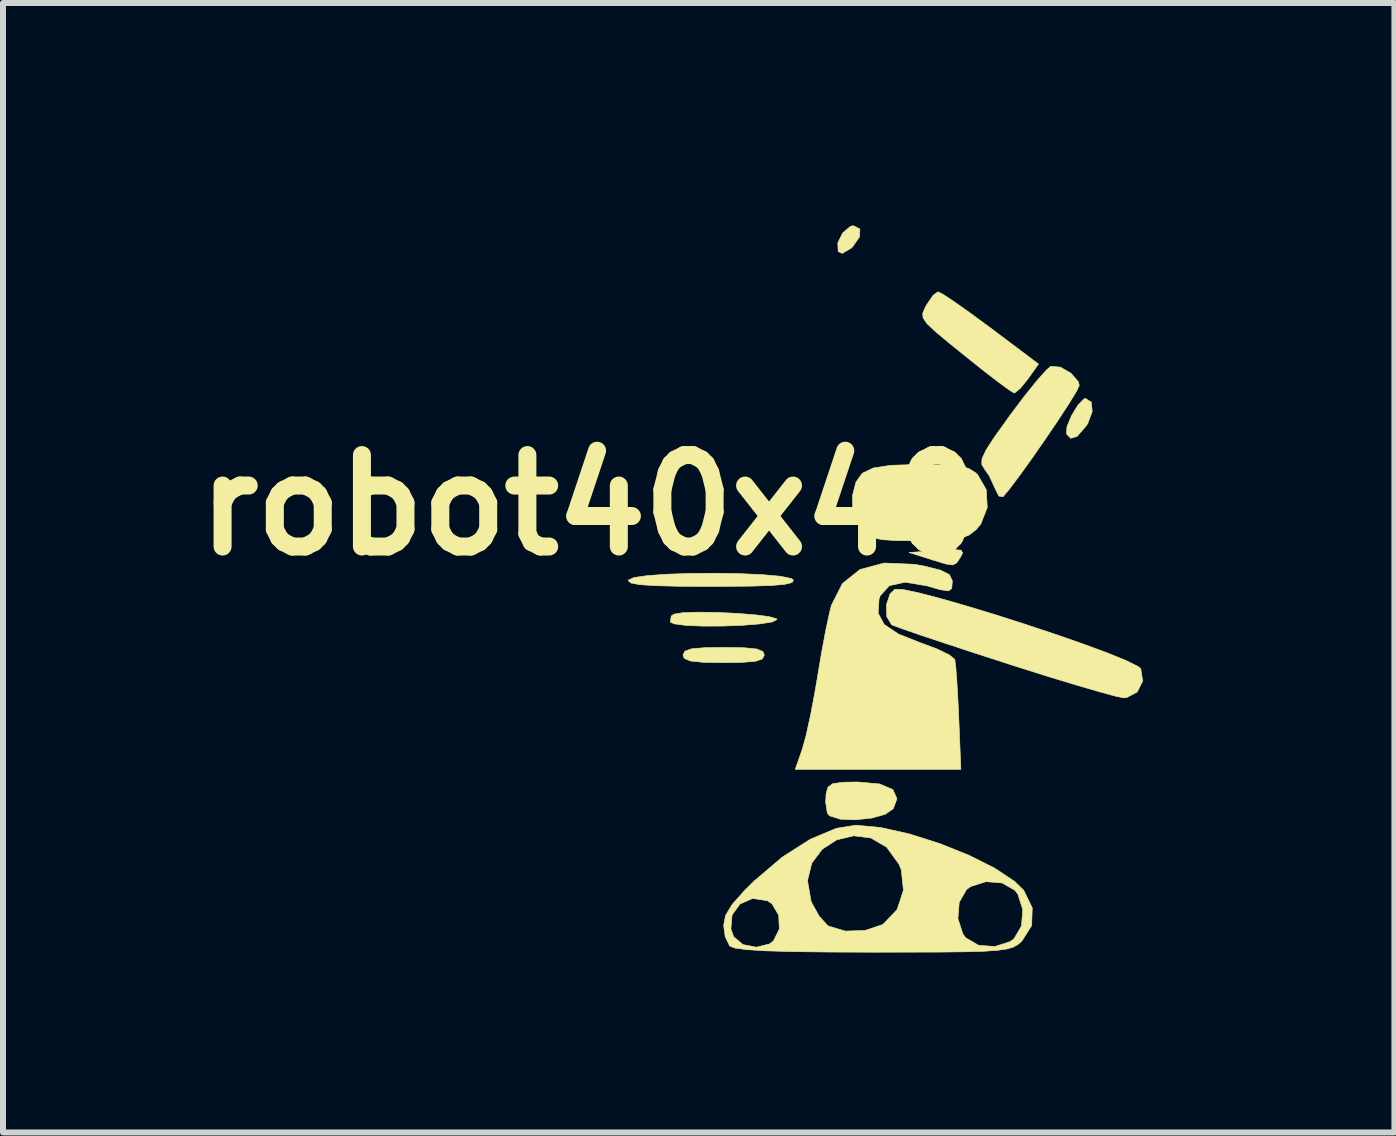
<source format=kicad_pcb>
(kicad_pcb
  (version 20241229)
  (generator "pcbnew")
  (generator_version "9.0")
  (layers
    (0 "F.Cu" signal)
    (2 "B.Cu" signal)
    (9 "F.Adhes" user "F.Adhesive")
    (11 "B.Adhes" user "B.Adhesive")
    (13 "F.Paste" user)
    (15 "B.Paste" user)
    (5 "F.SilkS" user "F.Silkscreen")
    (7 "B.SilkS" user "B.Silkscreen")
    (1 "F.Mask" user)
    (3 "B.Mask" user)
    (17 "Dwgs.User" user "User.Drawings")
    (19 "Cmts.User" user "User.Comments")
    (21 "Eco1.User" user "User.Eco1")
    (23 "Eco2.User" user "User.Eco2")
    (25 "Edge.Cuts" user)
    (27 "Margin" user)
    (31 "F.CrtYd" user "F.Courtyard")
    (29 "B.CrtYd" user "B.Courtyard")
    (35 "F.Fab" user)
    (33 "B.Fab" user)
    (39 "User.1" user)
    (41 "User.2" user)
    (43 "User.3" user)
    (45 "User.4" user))
  (footprint "robot40x40"
    (layer "F.Cu")
    (at 11.974 6.385)
    (property "Reference" "robot40x40" (at -5.182 -1.016 0) (layer "F.SilkS") (effects (font (size 1.524 1.524) (thickness 0.3))))
    (attr through_hole)
    (fp_poly (pts (xy -2.263 5.763) (xy -2.173 5.856) (xy -2.134 6.034) (xy -2.219 6.175) (xy -2.382 6.245) (xy -2.579 6.209) (xy -2.611 6.191) (xy -2.688 6.06) (xy -2.696 5.917) (xy -2.607 5.764) (xy -2.441 5.71) (xy -2.263 5.763)) (stroke (width 0.01) (type solid)) (fill yes) (layer "F.Mask"))
    (fp_poly (pts (xy 1.632 5.39) (xy 1.778 5.503) (xy 1.904 5.671) (xy 1.947 5.8) (xy 1.891 5.95) (xy 1.778 6.096) (xy 1.61 6.222) (xy 1.482 6.265) (xy 1.331 6.209) (xy 1.185 6.096) (xy 1.06 5.928) (xy 1.016 5.8) (xy 1.072 5.649) (xy 1.185 5.503) (xy 1.353 5.378) (xy 1.482 5.334) (xy 1.632 5.39)) (stroke (width 0.01) (type solid)) (fill yes) (layer "F.Mask"))
    (fp_poly (pts (xy -0.454 4.696) (xy -0.236 4.873) (xy -0.116 5.12) (xy -0.103 5.397) (xy -0.205 5.665) (xy -0.432 5.884) (xy -0.481 5.913) (xy -0.733 6.002) (xy -0.964 5.957) (xy -1.058 5.909) (xy -1.301 5.693) (xy -1.416 5.426) (xy -1.414 5.146) (xy -1.303 4.894) (xy -1.093 4.708) (xy -0.793 4.629) (xy -0.762 4.628) (xy -0.454 4.696)) (stroke (width 0.01) (type solid)) (fill yes) (layer "F.Mask"))
    (fp_poly (pts (xy 3.034 2.152) (xy 3.221 2.202) (xy 3.416 2.251) (xy 3.579 2.308) (xy 3.622 2.408) (xy 3.593 2.572) (xy 3.556 2.801) (xy 3.528 3.12) (xy 3.518 3.375) (xy 3.503 3.684) (xy 3.462 3.879) (xy 3.376 4.018) (xy 3.273 4.116) (xy 3.084 4.241) (xy 2.893 4.312) (xy 2.752 4.316) (xy 2.709 4.26) (xy 2.762 4.164) (xy 2.889 4.011) (xy 2.896 4.004) (xy 3.082 3.805) (xy 2.848 3.575) (xy 2.615 3.344) (xy 2.408 3.582) (xy 2.252 3.723) (xy 2.128 3.769) (xy 2.11 3.763) (xy 2.048 3.637) (xy 2.096 3.434) (xy 2.24 3.19) (xy 2.45 2.954) (xy 2.655 2.721) (xy 2.8 2.478) (xy 2.834 2.379) (xy 2.903 2.191) (xy 3.006 2.145) (xy 3.034 2.152)) (stroke (width 0.01) (type solid)) (fill yes) (layer "F.Mask"))
    (fp_poly (pts (xy 0.665 -5.979) (xy 0.911 -5.782) (xy 1.094 -5.622) (xy 1.181 -5.528) (xy 1.184 -5.52) (xy 1.13 -5.433) (xy 0.989 -5.259) (xy 0.789 -5.032) (xy 0.756 -4.995) (xy 0.499 -4.7) (xy 0.253 -4.388) (xy 0.083 -4.149) (xy -0.15 -3.792) (xy -0.311 -3.561) (xy -0.417 -3.434) (xy -0.482 -3.391) (xy -0.491 -3.391) (xy -0.582 -3.441) (xy -0.767 -3.572) (xy -1.008 -3.754) (xy -1.037 -3.777) (xy -1.274 -3.97) (xy -1.446 -4.126) (xy -1.522 -4.213) (xy -1.523 -4.218) (xy -1.469 -4.303) (xy -1.327 -4.478) (xy -1.125 -4.709) (xy -1.068 -4.771) (xy -0.817 -5.062) (xy -0.585 -5.356) (xy -0.42 -5.594) (xy -0.414 -5.605) (xy -0.246 -5.868) (xy -0.075 -6.108) (xy -0.034 -6.161) (xy 0.144 -6.38) (xy 0.665 -5.979)) (stroke (width 0.01) (type solid)) (fill yes) (layer "F.Mask"))
    (fp_poly (pts (xy 4.47 -1.975) (xy 4.47 -1.845) (xy 4.367 -1.699) (xy 4.36 -1.693) (xy 4.248 -1.544) (xy 4.29 -1.391) (xy 4.46 -1.235) (xy 4.682 -1.074) (xy 4.912 -1.357) (xy 5.058 -1.528) (xy 5.134 -1.579) (xy 5.18 -1.521) (xy 5.204 -1.449) (xy 5.211 -1.18) (xy 5.1 -0.902) (xy 4.904 -0.683) (xy 4.835 -0.64) (xy 4.729 -0.561) (xy 4.631 -0.426) (xy 4.526 -0.205) (xy 4.401 0.129) (xy 4.291 0.457) (xy 4.163 0.833) (xy 4.049 1.141) (xy 3.961 1.351) (xy 3.912 1.432) (xy 3.91 1.432) (xy 3.794 1.404) (xy 3.626 1.356) (xy 3.45 1.297) (xy 3.344 1.225) (xy 3.306 1.11) (xy 3.332 0.92) (xy 3.419 0.625) (xy 3.519 0.323) (xy 3.663 -0.133) (xy 3.749 -0.489) (xy 3.786 -0.798) (xy 3.788 -1.079) (xy 3.783 -1.383) (xy 3.808 -1.572) (xy 3.877 -1.703) (xy 4.005 -1.827) (xy 4.194 -1.963) (xy 4.348 -2.03) (xy 4.365 -2.032) (xy 4.47 -1.975)) (stroke (width 0.01) (type solid)) (fill yes) (layer "F.Mask"))
    (fp_poly (pts (xy -0.693 -5.619) (xy -0.699 -5.488) (xy -0.813 -5.323) (xy -0.838 -5.299) (xy -0.986 -5.212) (xy -1.054 -5.242) (xy -1.061 -5.389) (xy -0.977 -5.556) (xy -0.848 -5.664) (xy -0.801 -5.673) (xy -0.693 -5.619)) (stroke (width 0.01) (type solid)) (fill yes) (layer "F.SilkS"))
    (fp_poly (pts (xy 0.995 -0.265) (xy 1.019 -0.217) (xy 0.983 -0.148) (xy 0.922 -0.055) (xy 0.859 -0.019) (xy 0.742 -0.035) (xy 0.521 -0.102) (xy 0.466 -0.12) (xy 0.127 -0.227) (xy 0.602 -0.262) (xy 0.867 -0.277) (xy 0.995 -0.265)) (stroke (width 0.01) (type solid)) (fill yes) (layer "F.SilkS"))
    (fp_poly (pts (xy 3.166 -2.73) (xy 3.179 -2.573) (xy 3.106 -2.38) (xy 3.077 -2.335) (xy 2.927 -2.162) (xy 2.822 -2.13) (xy 2.752 -2.201) (xy 2.758 -2.321) (xy 2.833 -2.504) (xy 2.94 -2.682) (xy 3.044 -2.787) (xy 3.069 -2.794) (xy 3.166 -2.73)) (stroke (width 0.01) (type solid)) (fill yes) (layer "F.SilkS"))
    (fp_poly (pts (xy -2.616 1.361) (xy -2.407 1.382) (xy -2.308 1.425) (xy -2.286 1.482) (xy -2.318 1.547) (xy -2.434 1.586) (xy -2.663 1.605) (xy -2.963 1.609) (xy -3.311 1.603) (xy -3.519 1.581) (xy -3.619 1.538) (xy -3.641 1.482) (xy -3.609 1.417) (xy -3.493 1.377) (xy -3.263 1.359) (xy -2.963 1.355) (xy -2.616 1.361)) (stroke (width 0.01) (type solid)) (fill yes) (layer "F.SilkS"))
    (fp_poly (pts (xy -0.362 3.631) (xy -0.142 3.725) (xy -0.075 3.877) (xy -0.136 4.043) (xy -0.271 4.137) (xy -0.5 4.2) (xy -0.768 4.228) (xy -1.018 4.218) (xy -1.192 4.164) (xy -1.235 4.117) (xy -1.263 3.935) (xy -1.256 3.795) (xy -1.225 3.685) (xy -1.144 3.626) (xy -0.972 3.602) (xy -0.729 3.598) (xy -0.362 3.631)) (stroke (width 0.01) (type solid)) (fill yes) (layer "F.SilkS"))
    (fp_poly (pts (xy -3.071 0.772) (xy -2.741 0.788) (xy -2.437 0.812) (xy -2.203 0.843) (xy -2.082 0.878) (xy -2.074 0.889) (xy -2.152 0.93) (xy -2.356 0.963) (xy -2.644 0.986) (xy -2.973 0.999) (xy -3.302 1) (xy -3.586 0.989) (xy -3.784 0.963) (xy -3.851 0.934) (xy -3.837 0.832) (xy -3.788 0.8) (xy -3.638 0.776) (xy -3.384 0.768) (xy -3.071 0.772)) (stroke (width 0.01) (type solid)) (fill yes) (layer "F.SilkS"))
    (fp_poly (pts (xy -2.68 0.126) (xy -2.311 0.143) (xy -2.018 0.169) (xy -1.838 0.206) (xy -1.799 0.233) (xy -1.823 0.273) (xy -1.94 0.303) (xy -2.166 0.323) (xy -2.52 0.334) (xy -3.021 0.338) (xy -3.175 0.339) (xy -3.716 0.336) (xy -4.106 0.326) (xy -4.364 0.309) (xy -4.506 0.282) (xy -4.552 0.244) (xy -4.551 0.233) (xy -4.456 0.19) (xy -4.228 0.158) (xy -3.901 0.135) (xy -3.511 0.122) (xy -3.092 0.119) (xy -2.68 0.126)) (stroke (width 0.01) (type solid)) (fill yes) (layer "F.SilkS"))
    (fp_poly (pts (xy 0.702 -4.524) (xy 0.899 -4.393) (xy 1.172 -4.199) (xy 1.483 -3.97) (xy 2.284 -3.368) (xy 2.11 -3.123) (xy 1.98 -2.962) (xy 1.887 -2.886) (xy 1.878 -2.885) (xy 1.792 -2.938) (xy 1.605 -3.075) (xy 1.349 -3.273) (xy 1.155 -3.428) (xy 0.805 -3.71) (xy 0.568 -3.907) (xy 0.425 -4.042) (xy 0.36 -4.138) (xy 0.355 -4.216) (xy 0.391 -4.3) (xy 0.422 -4.359) (xy 0.528 -4.513) (xy 0.609 -4.572) (xy 0.702 -4.524)) (stroke (width 0.01) (type solid)) (fill yes) (layer "F.SilkS"))
    (fp_poly (pts (xy 2.649 -3.316) (xy 2.826 -3.214) (xy 2.947 -3.074) (xy 2.963 -3.011) (xy 2.917 -2.913) (xy 2.794 -2.711) (xy 2.615 -2.437) (xy 2.404 -2.125) (xy 2.183 -1.807) (xy 1.974 -1.516) (xy 1.8 -1.285) (xy 1.693 -1.156) (xy 1.623 -1.168) (xy 1.565 -1.283) (xy 1.465 -1.502) (xy 1.382 -1.621) (xy 1.338 -1.696) (xy 1.343 -1.792) (xy 1.411 -1.936) (xy 1.554 -2.157) (xy 1.787 -2.481) (xy 1.817 -2.523) (xy 2.052 -2.835) (xy 2.26 -3.093) (xy 2.417 -3.269) (xy 2.49 -3.33) (xy 2.649 -3.316)) (stroke (width 0.01) (type solid)) (fill yes) (layer "F.SilkS"))
    (fp_poly (pts (xy 0.698 -1.688) (xy 0.954 -1.669) (xy 1.119 -1.628) (xy 1.233 -1.558) (xy 1.27 -1.524) (xy 1.414 -1.272) (xy 1.43 -0.975) (xy 1.321 -0.698) (xy 1.243 -0.607) (xy 1.128 -0.518) (xy 0.987 -0.463) (xy 0.778 -0.434) (xy 0.46 -0.424) (xy 0.276 -0.423) (xy -0.092 -0.426) (xy -0.33 -0.441) (xy -0.481 -0.478) (xy -0.584 -0.547) (xy -0.679 -0.656) (xy -0.81 -0.895) (xy -0.817 -1.165) (xy -0.814 -1.185) (xy -0.758 -1.401) (xy -0.653 -1.547) (xy -0.47 -1.635) (xy -0.18 -1.68) (xy 0.245 -1.693) (xy 0.313 -1.693) (xy 0.698 -1.688)) (stroke (width 0.01) (type solid)) (fill yes) (layer "F.SilkS"))
    (fp_poly (pts (xy 0.025 0.39) (xy 0.287 0.445) (xy 0.651 0.54) (xy 1.09 0.666) (xy 1.576 0.814) (xy 2.082 0.976) (xy 2.581 1.142) (xy 3.043 1.303) (xy 3.443 1.451) (xy 3.751 1.577) (xy 3.942 1.672) (xy 3.989 1.71) (xy 4.02 1.916) (xy 3.929 2.098) (xy 3.752 2.192) (xy 3.701 2.195) (xy 3.568 2.168) (xy 3.3 2.095) (xy 2.924 1.985) (xy 2.464 1.846) (xy 1.949 1.684) (xy 1.72 1.61) (xy 1.194 1.44) (xy 0.722 1.284) (xy 0.326 1.152) (xy 0.032 1.051) (xy -0.136 0.989) (xy -0.164 0.977) (xy -0.244 0.843) (xy -0.25 0.643) (xy -0.189 0.461) (xy -0.107 0.385) (xy 0.025 0.39)) (stroke (width 0.01) (type solid)) (fill yes) (layer "F.SilkS"))
    (fp_poly (pts (xy 0.218 -0.03) (xy 0.372 -0.002) (xy 0.652 0.068) (xy 0.798 0.142) (xy 0.846 0.24) (xy 0.847 0.26) (xy 0.838 0.371) (xy 0.785 0.413) (xy 0.647 0.393) (xy 0.42 0.328) (xy 0.062 0.268) (xy -0.202 0.326) (xy -0.356 0.496) (xy -0.374 0.551) (xy -0.388 0.786) (xy -0.287 0.973) (xy -0.051 1.132) (xy 0.302 1.272) (xy 0.584 1.377) (xy 0.795 1.478) (xy 0.888 1.553) (xy 0.889 1.554) (xy 0.905 1.675) (xy 0.924 1.925) (xy 0.943 2.262) (xy 0.955 2.519) (xy 0.99 3.387) (xy -1.77 3.387) (xy -1.655 3.059) (xy -1.592 2.834) (xy -1.517 2.495) (xy -1.442 2.098) (xy -1.4 1.852) (xy -1.332 1.446) (xy -1.261 1.067) (xy -1.197 0.769) (xy -1.166 0.65) (xy -0.984 0.291) (xy -0.69 0.056) (xy -0.288 -0.051) (xy 0.218 -0.03)) (stroke (width 0.01) (type solid)) (fill yes) (layer "F.SilkS"))
    (fp_poly (pts (xy -0.345 4.357) (xy 0.134 4.464) (xy 0.638 4.624) (xy 1.125 4.819) (xy 1.555 5.035) (xy 1.886 5.255) (xy 2.037 5.402) (xy 2.18 5.696) (xy 2.17 5.991) (xy 2.007 6.249) (xy 2.005 6.251) (xy 1.942 6.305) (xy 1.868 6.348) (xy 1.763 6.38) (xy 1.607 6.403) (xy 1.379 6.419) (xy 1.06 6.428) (xy 0.627 6.433) (xy 0.061 6.434) (xy -0.475 6.435) (xy -1.225 6.432) (xy -1.817 6.425) (xy -2.265 6.412) (xy -2.58 6.392) (xy -2.775 6.366) (xy -2.862 6.333) (xy -2.862 6.333) (xy -2.937 6.178) (xy -2.955 6.047) (xy -2.843 6.047) (xy -2.796 6.177) (xy -2.642 6.308) (xy -2.418 6.351) (xy -2.201 6.298) (xy -2.134 6.248) (xy -2.035 6.049) (xy -2.046 5.818) (xy -2.158 5.628) (xy -2.233 5.577) (xy -2.481 5.539) (xy -2.69 5.631) (xy -2.823 5.813) (xy -2.843 6.047) (xy -2.955 6.047) (xy -2.963 5.985) (xy -2.932 5.823) (xy -2.822 5.64) (xy -2.612 5.404) (xy -2.452 5.246) (xy -2.447 5.242) (xy -1.566 5.242) (xy -1.507 5.582) (xy -1.494 5.614) (xy -1.371 5.835) (xy -1.232 5.988) (xy -1.214 6) (xy -0.936 6.083) (xy -0.608 6.073) (xy -0.32 5.976) (xy -0.298 5.962) (xy -0.215 5.875) (xy 0.941 5.875) (xy 1.023 6.129) (xy 1.071 6.195) (xy 1.284 6.319) (xy 1.557 6.34) (xy 1.811 6.259) (xy 1.877 6.21) (xy 2.001 5.997) (xy 2.022 5.725) (xy 1.941 5.47) (xy 1.892 5.404) (xy 1.679 5.281) (xy 1.407 5.259) (xy 1.152 5.341) (xy 1.086 5.389) (xy 0.963 5.602) (xy 0.941 5.875) (xy -0.215 5.875) (xy -0.07 5.72) (xy 0.033 5.402) (xy -0.003 5.062) (xy -0.041 4.968) (xy -0.247 4.684) (xy -0.51 4.531) (xy -0.797 4.495) (xy -1.078 4.562) (xy -1.32 4.718) (xy -1.494 4.95) (xy -1.566 5.242) (xy -2.447 5.242) (xy -1.985 4.849) (xy -1.519 4.552) (xy -1.085 4.37) (xy -0.759 4.318) (xy -0.345 4.357)) (stroke (width 0.01) (type solid)) (fill yes) (layer "F.SilkS")))
  (gr_rect
    (start -3 -3)
    (end 20.19 15.824)
    (stroke (width 0.1) (type default))
    (fill no)
    (layer "Edge.Cuts")))
</source>
